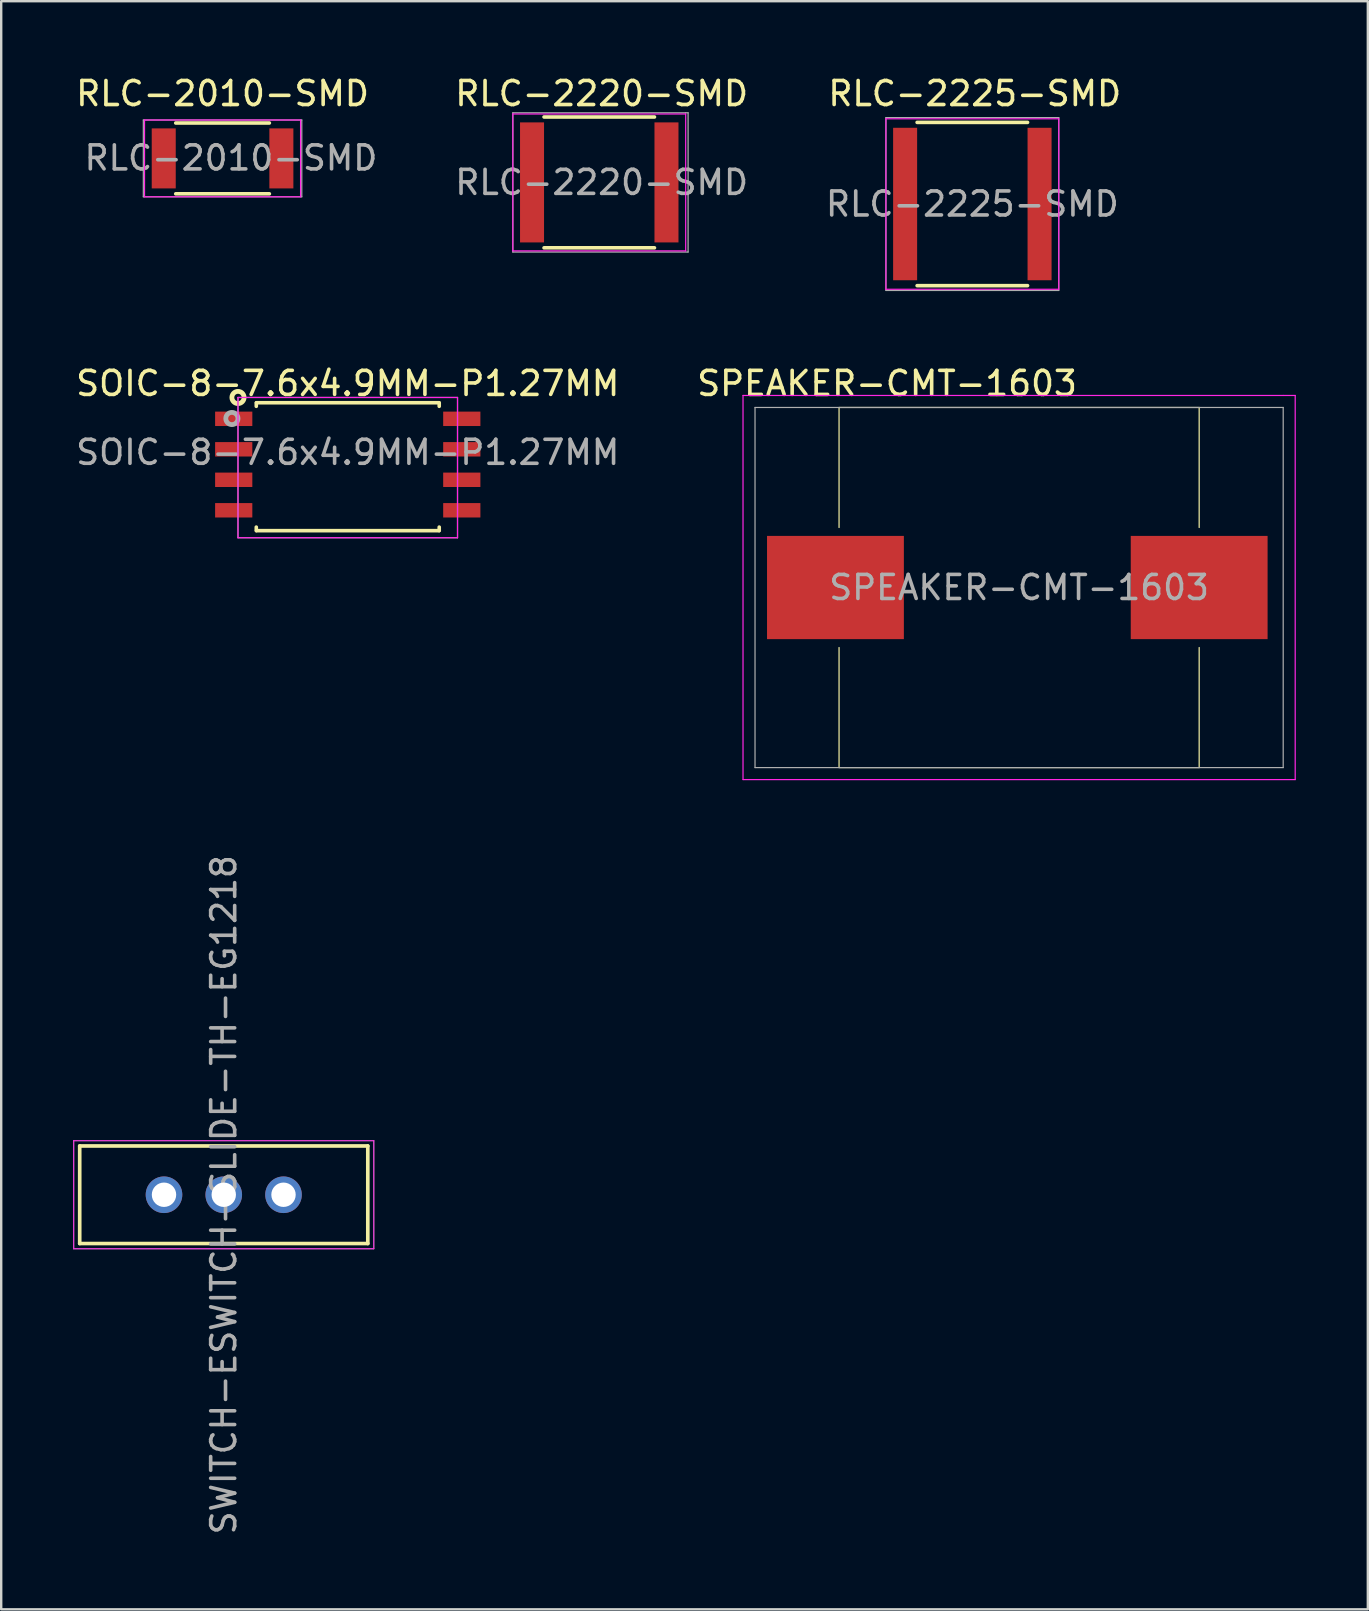
<source format=kicad_pcb>
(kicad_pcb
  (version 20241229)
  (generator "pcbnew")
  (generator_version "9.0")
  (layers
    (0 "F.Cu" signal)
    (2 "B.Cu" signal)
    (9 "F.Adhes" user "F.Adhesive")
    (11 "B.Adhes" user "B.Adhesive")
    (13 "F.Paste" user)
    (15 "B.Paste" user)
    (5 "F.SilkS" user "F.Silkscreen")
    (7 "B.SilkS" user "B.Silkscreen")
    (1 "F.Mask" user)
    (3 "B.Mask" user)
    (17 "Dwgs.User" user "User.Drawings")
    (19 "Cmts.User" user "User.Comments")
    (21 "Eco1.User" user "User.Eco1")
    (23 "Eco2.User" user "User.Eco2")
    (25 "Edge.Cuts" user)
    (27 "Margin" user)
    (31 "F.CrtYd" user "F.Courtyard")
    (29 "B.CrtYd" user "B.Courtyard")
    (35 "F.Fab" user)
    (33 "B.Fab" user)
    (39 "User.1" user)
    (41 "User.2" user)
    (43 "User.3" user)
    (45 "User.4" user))
  (footprint "SWITCH-ESWITCH-SLIDE-TH-EG1218"
    (layer "F.Cu")
    (at 6.27 46.715)
    (property "Reference" "SWITCH-ESWITCH-SLIDE-TH-EG1218" (at 0 0 90) (layer "F.Fab") (effects (font (size 1 1) (thickness 0.15))))
    (attr through_hole)
    (fp_line (start -6 -2.032) (end -6 2.032) (stroke (width 0.152) (type solid)) (layer "F.SilkS"))
    (fp_line (start 6 -2.032) (end -6 -2.032) (stroke (width 0.152) (type solid)) (layer "F.SilkS"))
    (fp_line (start 6 -2.032) (end 6 2.032) (stroke (width 0.152) (type solid)) (layer "F.SilkS"))
    (fp_line (start 6 2.032) (end -6 2.032) (stroke (width 0.152) (type solid)) (layer "F.SilkS"))
    (fp_line (start -6.25 -2.25) (end -6.25 2.25) (stroke (width 0.041) (type solid)) (layer "F.CrtYd"))
    (fp_line (start -6.25 2.25) (end 6.25 2.25) (stroke (width 0.041) (type solid)) (layer "F.CrtYd"))
    (fp_line (start 6.25 -2.25) (end -6.25 -2.25) (stroke (width 0.041) (type solid)) (layer "F.CrtYd"))
    (fp_line (start 6.25 2.25) (end 6.25 -2.25) (stroke (width 0.041) (type solid)) (layer "F.CrtYd"))
    (fp_line (start -6.25 -2.25) (end -6.25 2.25) (stroke (width 0.041) (type solid)) (layer "F.Fab"))
    (fp_line (start -6.25 2.25) (end 6.25 2.25) (stroke (width 0.041) (type solid)) (layer "F.Fab"))
    (fp_line (start 6.25 -2.25) (end -6.25 -2.25) (stroke (width 0.041) (type solid)) (layer "F.Fab"))
    (fp_line (start 6.25 2.25) (end 6.25 -2.25) (stroke (width 0.041) (type solid)) (layer "F.Fab"))
    (pad "1" thru_hole circle (at -2.489 0) (size 1.524 1.524) (drill 1.016) (layers "*.Cu" "*.Mask"))
    (pad "2" thru_hole circle (at 0 0) (size 1.524 1.524) (drill 1.016) (layers "*.Cu" "*.Mask"))
    (pad "3" thru_hole circle (at 2.489 0) (size 1.524 1.524) (drill 1.016) (layers "*.Cu" "*.Mask")))
  (footprint "RLC-2220-SMD"
    (layer "F.Cu")
    (at 21.911 4.548)
    (property "Reference" "RLC-2220-SMD" (at 0.1 0 0) (layer "F.Fab") (effects (font (size 1 1) (thickness 0.15))))
    (attr smd)
    (fp_line (start -2.3 2.725) (end 2.3 2.725) (stroke (width 0.15) (type solid)) (layer "F.SilkS"))
    (fp_line (start 2.3 -2.725) (end -2.3 -2.725) (stroke (width 0.15) (type solid)) (layer "F.SilkS"))
    (fp_line (start -3.6 -2.85) (end -3.6 2.85) (stroke (width 0.05) (type solid)) (layer "F.CrtYd"))
    (fp_line (start -3.6 -2.85) (end 3.6 -2.85) (stroke (width 0.05) (type solid)) (layer "F.CrtYd"))
    (fp_line (start -3.6 2.85) (end 3.6 2.85) (stroke (width 0.05) (type solid)) (layer "F.CrtYd"))
    (fp_line (start 3.6 -2.85) (end 3.6 2.85) (stroke (width 0.05) (type solid)) (layer "F.CrtYd"))
    (fp_line (start -3.6 -2.9) (end -3.6 2.9) (stroke (width 0.051) (type solid)) (layer "F.Fab"))
    (fp_line (start -3.6 2.9) (end 3.7 2.9) (stroke (width 0.051) (type solid)) (layer "F.Fab"))
    (fp_line (start 3.6 -2.9) (end -3.6 -2.9) (stroke (width 0.051) (type solid)) (layer "F.Fab"))
    (fp_line (start 3.7 -2.9) (end 3.6 -2.9) (stroke (width 0.051) (type solid)) (layer "F.Fab"))
    (fp_line (start 3.7 2.9) (end 3.7 -2.9) (stroke (width 0.051) (type solid)) (layer "F.Fab"))
    (fp_text user "${REFERENCE}" (at 0.1 -3.7 0) (layer "F.SilkS") (effects (font (size 1 1) (thickness 0.15))))
    (pad "1" smd rect (at -2.8 0) (size 1 5) (layers "F.Cu" "F.Mask" "F.Paste"))
    (pad "2" smd rect (at 2.8 0) (size 1 5) (layers "F.Cu" "F.Mask" "F.Paste")))
  (footprint "SPEAKER-CMT-1603"
    (layer "F.Cu")
    (at 39.399 21.422)
    (property "Reference" "SPEAKER-CMT-1603" (at 0 0 0) (layer "F.Fab") (effects (font (size 1 1) (thickness 0.15))))
    (attr through_hole)
    (fp_line (start -7.5 -7.5) (end -7.5 -2.5) (stroke (width 0.05) (type solid)) (layer "F.SilkS"))
    (fp_line (start -7.5 2.5) (end -7.5 7.5) (stroke (width 0.05) (type solid)) (layer "F.SilkS"))
    (fp_line (start -7.5 7.5) (end 7.5 7.5) (stroke (width 0.05) (type solid)) (layer "F.SilkS"))
    (fp_line (start 7.5 -7.5) (end -7.5 -7.5) (stroke (width 0.05) (type solid)) (layer "F.SilkS"))
    (fp_line (start 7.5 -2.5) (end 7.5 -7.5) (stroke (width 0.05) (type solid)) (layer "F.SilkS"))
    (fp_line (start 7.5 7.5) (end 7.5 2.5) (stroke (width 0.05) (type solid)) (layer "F.SilkS"))
    (fp_line (start -11.5 -8) (end -11.5 8) (stroke (width 0.05) (type solid)) (layer "F.CrtYd"))
    (fp_line (start -11.5 8) (end 11.5 8) (stroke (width 0.05) (type solid)) (layer "F.CrtYd"))
    (fp_line (start 11 -8) (end -11.5 -8) (stroke (width 0.05) (type solid)) (layer "F.CrtYd"))
    (fp_line (start 11.5 -8) (end 11 -8) (stroke (width 0.05) (type solid)) (layer "F.CrtYd"))
    (fp_line (start 11.5 8) (end 11.5 -8) (stroke (width 0.05) (type solid)) (layer "F.CrtYd"))
    (fp_line (start -11 -7.5) (end -11 7.5) (stroke (width 0.05) (type solid)) (layer "F.Fab"))
    (fp_line (start -11 7.5) (end 11 7.5) (stroke (width 0.05) (type solid)) (layer "F.Fab"))
    (fp_line (start 11 -7.5) (end -11 -7.5) (stroke (width 0.05) (type solid)) (layer "F.Fab"))
    (fp_line (start 11 7.5) (end 11 -7.5) (stroke (width 0.05) (type solid)) (layer "F.Fab"))
    (fp_text user "${REFERENCE}" (at -5.5 -8.5 0) (layer "F.SilkS") (effects (font (size 1 1) (thickness 0.15))))
    (pad "1" smd rect (at -7.65 0) (size 5.7 4.3) (layers "F.Cu" "F.Mask" "F.Paste"))
    (pad "2" smd rect (at 7.5 0) (size 5.7 4.3) (layers "F.Cu" "F.Mask" "F.Paste")))
  (footprint "SOIC-8-7.6x4.9MM-P1.27MM"
    (layer "F.Cu")
    (at 11.435 16.3)
    (property "Reference" "SOIC-8-7.6x4.9MM-P1.27MM" (at 0 -0.508 0) (layer "F.Fab") (effects (font (size 1 1) (thickness 0.15))))
    (attr smd)
    (fp_line (start -3.81 -2.571) (end -3.81 -2.426) (stroke (width 0.15) (type solid)) (layer "F.SilkS"))
    (fp_line (start -3.81 2.751) (end -3.81 2.606) (stroke (width 0.15) (type solid)) (layer "F.SilkS"))
    (fp_line (start -3.8 -2.575) (end 3.8 -2.575) (stroke (width 0.15) (type solid)) (layer "F.SilkS"))
    (fp_line (start 3.8 2.755) (end -3.8 2.755) (stroke (width 0.15) (type solid)) (layer "F.SilkS"))
    (fp_line (start 3.81 -2.571) (end 3.81 -2.426) (stroke (width 0.15) (type solid)) (layer "F.SilkS"))
    (fp_line (start 3.81 2.751) (end 3.81 2.606) (stroke (width 0.15) (type solid)) (layer "F.SilkS"))
    (fp_circle (center -4.572 -2.794) (end -4.318 -2.794) (stroke (width 0.2) (type solid)) (fill no) (layer "F.SilkS"))
    (fp_line (start -4.572 -2.794) (end -4.572 3.048) (stroke (width 0.05) (type solid)) (layer "F.CrtYd"))
    (fp_line (start -4.572 -2.794) (end 4.572 -2.794) (stroke (width 0.05) (type solid)) (layer "F.CrtYd"))
    (fp_line (start -4.572 3.048) (end 4.572 3.048) (stroke (width 0.05) (type solid)) (layer "F.CrtYd"))
    (fp_line (start 4.572 -2.794) (end 4.572 3.048) (stroke (width 0.05) (type solid)) (layer "F.CrtYd"))
    (fp_line (start -4.572 -2.794) (end -4.572 3.048) (stroke (width 0.05) (type solid)) (layer "F.Fab"))
    (fp_line (start -4.572 -2.794) (end 4.572 -2.794) (stroke (width 0.05) (type solid)) (layer "F.Fab"))
    (fp_line (start -4.572 3.048) (end 4.572 3.048) (stroke (width 0.05) (type solid)) (layer "F.Fab"))
    (fp_line (start 4.572 -2.794) (end 4.572 3.048) (stroke (width 0.05) (type solid)) (layer "F.Fab"))
    (fp_circle (center -4.826 -1.918) (end -4.572 -1.918) (stroke (width 0.2) (type solid)) (fill no) (layer "F.Fab"))
    (fp_text user "${REFERENCE}" (at 0 -3.378 0) (layer "F.SilkS") (effects (font (size 1 1) (thickness 0.15))))
    (pad "1" smd rect (at -4.75 -1.905) (size 1.55 0.6) (layers "F.Cu" "F.Mask" "F.Paste"))
    (pad "2" smd rect (at -4.75 -0.635) (size 1.55 0.6) (layers "F.Cu" "F.Mask" "F.Paste"))
    (pad "3" smd rect (at -4.75 0.635) (size 1.55 0.6) (layers "F.Cu" "F.Mask" "F.Paste"))
    (pad "4" smd rect (at -4.75 1.905) (size 1.55 0.6) (layers "F.Cu" "F.Mask" "F.Paste"))
    (pad "5" smd rect (at 4.75 1.905) (size 1.55 0.6) (layers "F.Cu" "F.Mask" "F.Paste"))
    (pad "6" smd rect (at 4.75 0.635) (size 1.55 0.6) (layers "F.Cu" "F.Mask" "F.Paste"))
    (pad "7" smd rect (at 4.75 -0.635) (size 1.55 0.6) (layers "F.Cu" "F.Mask" "F.Paste"))
    (pad "8" smd rect (at 4.75 -1.905) (size 1.55 0.6) (layers "F.Cu" "F.Mask" "F.Paste")))
  (footprint "RLC-2225-SMD"
    (layer "F.Cu")
    (at 37.451 5.448)
    (property "Reference" "RLC-2225-SMD" (at 0 0 0) (layer "F.Fab") (effects (font (size 1 1) (thickness 0.15))))
    (attr smd)
    (fp_line (start -2.3 3.4) (end 2.3 3.4) (stroke (width 0.15) (type solid)) (layer "F.SilkS"))
    (fp_line (start 2.3 -3.4) (end -2.3 -3.4) (stroke (width 0.15) (type solid)) (layer "F.SilkS"))
    (fp_line (start -3.6 -3.55) (end -3.6 3.55) (stroke (width 0.05) (type solid)) (layer "F.CrtYd"))
    (fp_line (start -3.6 -3.55) (end 3.6 -3.55) (stroke (width 0.05) (type solid)) (layer "F.CrtYd"))
    (fp_line (start -3.6 3.55) (end 3.6 3.55) (stroke (width 0.05) (type solid)) (layer "F.CrtYd"))
    (fp_line (start 3.6 -3.55) (end 3.6 3.55) (stroke (width 0.05) (type solid)) (layer "F.CrtYd"))
    (fp_line (start -3.6 -3.6) (end -3.6 3.6) (stroke (width 0.051) (type solid)) (layer "F.Fab"))
    (fp_line (start -3.6 3.6) (end 3.6 3.6) (stroke (width 0.051) (type solid)) (layer "F.Fab"))
    (fp_line (start 3.6 -3.6) (end -3.6 -3.6) (stroke (width 0.051) (type solid)) (layer "F.Fab"))
    (fp_line (start 3.6 3.6) (end 3.6 -3.6) (stroke (width 0.051) (type solid)) (layer "F.Fab"))
    (fp_text user "${REFERENCE}" (at 0.1 -4.6 0) (layer "F.SilkS") (effects (font (size 1 1) (thickness 0.15))))
    (pad "1" smd rect (at -2.8 0) (size 1 6.35) (layers "F.Cu" "F.Mask" "F.Paste"))
    (pad "2" smd rect (at 2.8 0) (size 1 6.35) (layers "F.Cu" "F.Mask" "F.Paste")))
  (footprint "RLC-2010-SMD"
    (layer "F.Cu")
    (at 6.22 3.548)
    (property "Reference" "RLC-2010-SMD" (at 0 -2.7 0) (layer "F.SilkS") (effects (font (size 1 1) (thickness 0.15))))
    (attr smd)
    (fp_line (start -1.95 -1.475) (end 1.95 -1.475) (stroke (width 0.15) (type solid)) (layer "F.SilkS"))
    (fp_line (start 1.95 1.475) (end -1.95 1.475) (stroke (width 0.15) (type solid)) (layer "F.SilkS"))
    (fp_line (start -3.25 -1.6) (end -3.25 1.6) (stroke (width 0.05) (type solid)) (layer "F.CrtYd"))
    (fp_line (start -3.25 -1.6) (end 3.25 -1.6) (stroke (width 0.05) (type solid)) (layer "F.CrtYd"))
    (fp_line (start -3.25 1.6) (end 3.25 1.6) (stroke (width 0.05) (type solid)) (layer "F.CrtYd"))
    (fp_line (start 3.25 -1.6) (end 3.25 1.6) (stroke (width 0.05) (type solid)) (layer "F.CrtYd"))
    (fp_line (start -3.3 -1.6) (end -3.3 1.6) (stroke (width 0.051) (type solid)) (layer "F.Fab"))
    (fp_line (start -3.3 1.6) (end 3.3 1.6) (stroke (width 0.051) (type solid)) (layer "F.Fab"))
    (fp_line (start 3.3 -1.6) (end -3.3 -1.6) (stroke (width 0.051) (type solid)) (layer "F.Fab"))
    (fp_line (start 3.3 1.6) (end 3.3 -1.6) (stroke (width 0.051) (type solid)) (layer "F.Fab"))
    (fp_text user "${REFERENCE}" (at 0.35 -0.02 0) (layer "F.Fab") (effects (font (size 1 1) (thickness 0.15))))
    (pad "1" smd rect (at -2.45 0) (size 1 2.5) (layers "F.Cu" "F.Mask" "F.Paste"))
    (pad "2" smd rect (at 2.45 0) (size 1 2.5) (layers "F.Cu" "F.Mask" "F.Paste")))
  (gr_rect
    (start -3 -3)
    (end 53.924 63.983)
    (stroke (width 0.1) (type default))
    (fill no)
    (layer "Edge.Cuts")))
</source>
